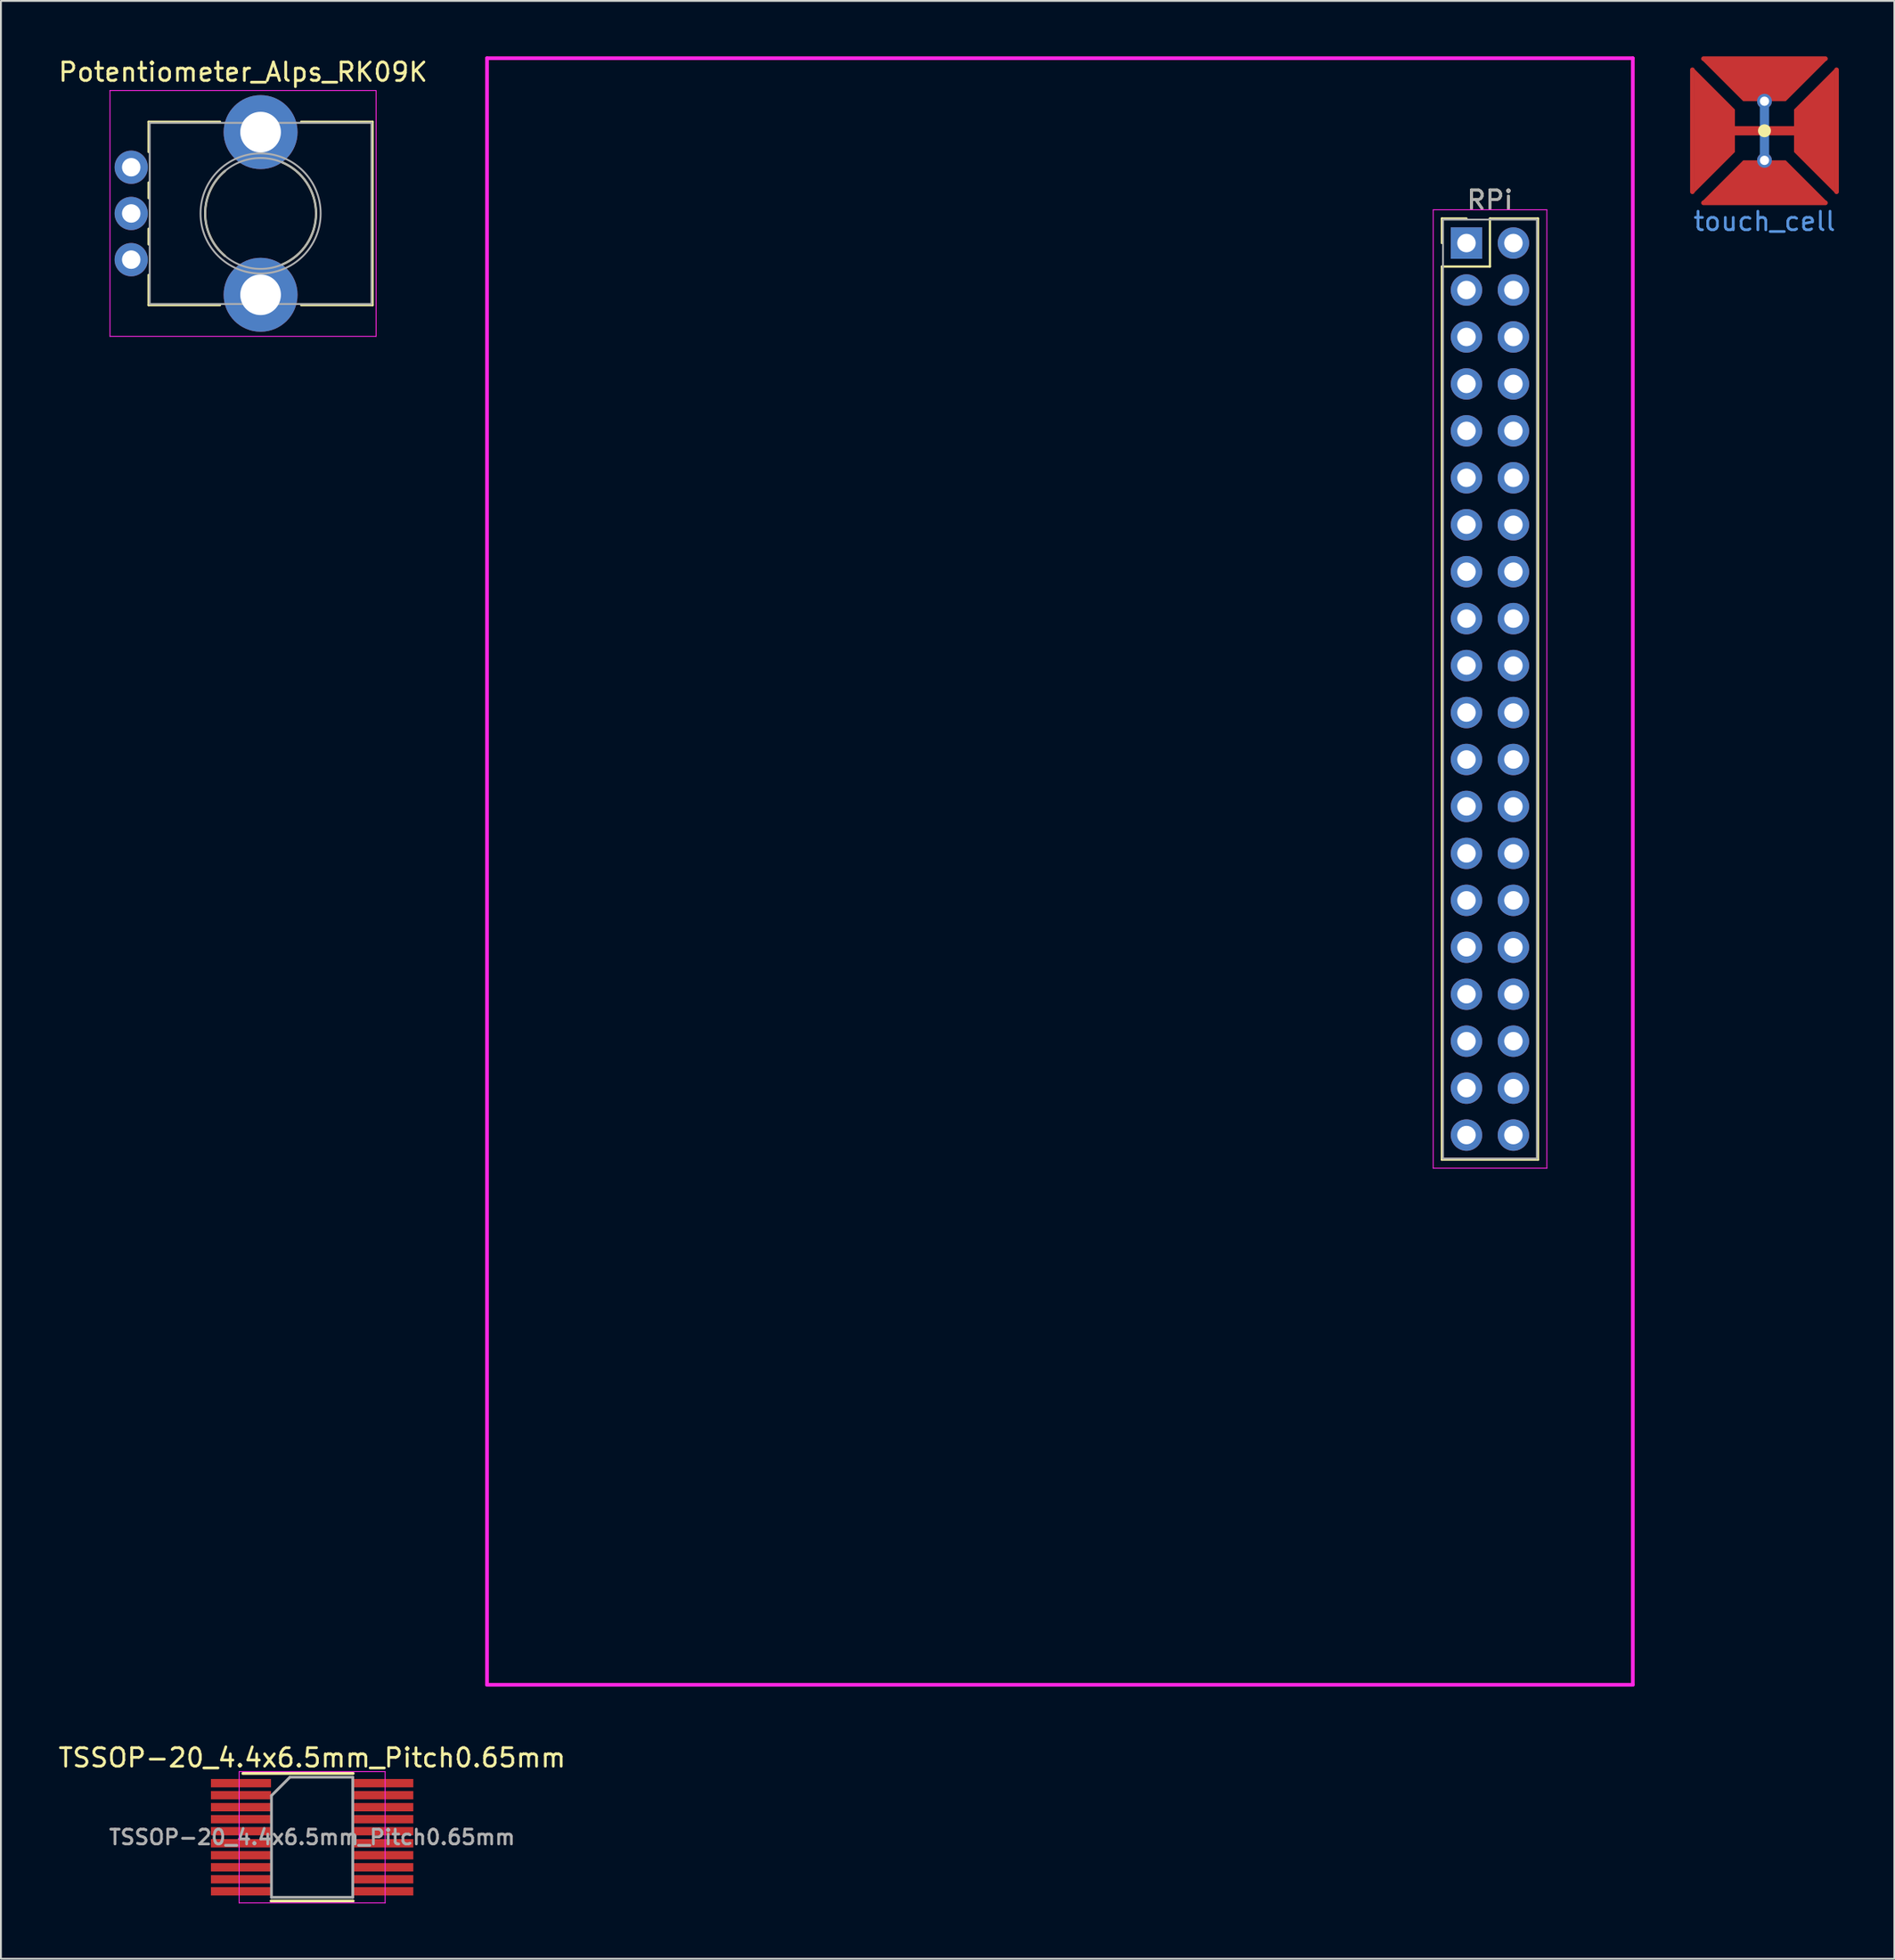
<source format=kicad_pcb>
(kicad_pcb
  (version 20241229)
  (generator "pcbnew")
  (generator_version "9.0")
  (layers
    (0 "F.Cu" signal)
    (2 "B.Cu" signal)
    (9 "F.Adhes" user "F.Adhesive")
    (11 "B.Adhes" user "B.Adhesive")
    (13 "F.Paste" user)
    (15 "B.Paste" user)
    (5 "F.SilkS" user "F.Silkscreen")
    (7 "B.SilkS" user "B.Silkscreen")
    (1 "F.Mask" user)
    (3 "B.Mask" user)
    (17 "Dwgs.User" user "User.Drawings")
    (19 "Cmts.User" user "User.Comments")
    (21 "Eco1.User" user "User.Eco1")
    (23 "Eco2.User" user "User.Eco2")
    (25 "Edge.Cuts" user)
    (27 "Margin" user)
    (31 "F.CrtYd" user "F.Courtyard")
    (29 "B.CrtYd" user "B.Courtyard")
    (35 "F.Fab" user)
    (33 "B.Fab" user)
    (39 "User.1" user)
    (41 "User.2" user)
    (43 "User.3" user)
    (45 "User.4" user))
  (footprint "touch_cell"
    (layer "F.Cu")
    (at 92.427 4.025)
    (property "Reference" "touch_cell" (at 0 4.9 0) (layer "Cmts.User") (effects (font (size 1 1) (thickness 0.15))))
    (attr through_hole)
    (fp_line (start -3.9 -3.3) (end -3.9 3.3) (stroke (width 0.25) (type solid)) (layer "F.Cu"))
    (fp_line (start -3.3 -3.9) (end 3.3 -3.9) (stroke (width 0.25) (type solid)) (layer "F.Cu"))
    (fp_line (start -3.3 3.9) (end 3.3 3.9) (stroke (width 0.25) (type solid)) (layer "F.Cu"))
    (fp_line (start -1.7 0) (end 1.7 0) (stroke (width 0.5) (type solid)) (layer "F.Cu"))
    (fp_line (start 3.9 -3.3) (end 3.9 3.3) (stroke (width 0.25) (type solid)) (layer "F.Cu"))
    (fp_line (start 0 -1.6) (end 0 1.6) (stroke (width 0.5) (type solid)) (layer "B.Cu"))
    (fp_circle (center 0 0) (end 0.175 0) (stroke (width 0.35) (type solid)) (fill no) (layer "F.SilkS"))
    (pad "1" thru_hole circle (at 0 1.6) (size 0.8 0.8) (drill 0.5) (layers "*.Cu"))
    (pad "1" smd trapezoid (at 0 2.7) (size 4.5 2.2) (rect_delta 0 2.2) (layers "F.Cu" "F.Paste"))
    (pad "2" smd trapezoid (at -2.7 0 270) (size 4.5 2.2) (rect_delta 0 2.2) (layers "F.Cu" "F.Paste"))
    (pad "3" smd trapezoid (at 0 -2.7 180) (size 4.5 2.2) (rect_delta 0 2.2) (layers "F.Cu" "F.Paste"))
    (pad "3" thru_hole circle (at 0 -1.6) (size 0.8 0.8) (drill 0.5) (layers "*.Cu"))
    (pad "4" smd trapezoid (at 2.7 0 90) (size 4.5 2.2) (rect_delta 0 2.2) (layers "F.Cu" "F.Paste")))
  (footprint "Potentiometer_Alps_RK09K"
    (layer "F.Cu")
    (at 4.051 10.998)
    (property "Reference" "Potentiometer_Alps_RK09K" (at 6.05 -10.15 0) (layer "F.SilkS") (effects (font (size 1 1) (thickness 0.15))))
    (attr through_hole)
    (fp_line (start 0.94 -7.461) (end 0.94 -5.825) (stroke (width 0.12) (type solid)) (layer "F.SilkS"))
    (fp_line (start 0.94 -7.461) (end 4.806 -7.461) (stroke (width 0.12) (type solid)) (layer "F.SilkS"))
    (fp_line (start 0.94 -4.175) (end 0.94 -3.325) (stroke (width 0.12) (type solid)) (layer "F.SilkS"))
    (fp_line (start 0.94 -1.675) (end 0.94 -0.825) (stroke (width 0.12) (type solid)) (layer "F.SilkS"))
    (fp_line (start 0.94 0.825) (end 0.94 2.46) (stroke (width 0.12) (type solid)) (layer "F.SilkS"))
    (fp_line (start 0.94 2.46) (end 4.806 2.46) (stroke (width 0.12) (type solid)) (layer "F.SilkS"))
    (fp_line (start 9.195 -7.461) (end 13.06 -7.461) (stroke (width 0.12) (type solid)) (layer "F.SilkS"))
    (fp_line (start 9.195 2.46) (end 13.06 2.46) (stroke (width 0.12) (type solid)) (layer "F.SilkS"))
    (fp_line (start 13.06 -7.461) (end 13.06 2.46) (stroke (width 0.12) (type solid)) (layer "F.SilkS"))
    (fp_arc (start 5.071705 -0.202247) (mid 4.000335 -2.500192) (end 5.072 -4.798) (stroke (width 0.12) (type solid)) (layer "F.SilkS"))
    (fp_arc (start 8.171982 -5.262432) (mid 10.000762 -2.500553) (end 8.173 0.262) (stroke (width 0.12) (type solid)) (layer "F.SilkS"))
    (fp_line (start -1.15 -9.15) (end -1.15 4.15) (stroke (width 0.05) (type solid)) (layer "F.CrtYd"))
    (fp_line (start -1.15 4.15) (end 13.25 4.15) (stroke (width 0.05) (type solid)) (layer "F.CrtYd"))
    (fp_line (start 13.25 -9.15) (end -1.15 -9.15) (stroke (width 0.05) (type solid)) (layer "F.CrtYd"))
    (fp_line (start 13.25 4.15) (end 13.25 -9.15) (stroke (width 0.05) (type solid)) (layer "F.CrtYd"))
    (fp_line (start 1 -7.4) (end 1 2.4) (stroke (width 0.1) (type solid)) (layer "F.Fab"))
    (fp_line (start 1 2.4) (end 13 2.4) (stroke (width 0.1) (type solid)) (layer "F.Fab"))
    (fp_line (start 13 -7.4) (end 1 -7.4) (stroke (width 0.1) (type solid)) (layer "F.Fab"))
    (fp_line (start 13 2.4) (end 13 -7.4) (stroke (width 0.1) (type solid)) (layer "F.Fab"))
    (fp_circle (center 7 -2.5) (end 10 -2.5) (stroke (width 0.1) (type solid)) (fill no) (layer "F.Fab"))
    (fp_circle (center 7 -2.5) (end 10.25 -2.5) (stroke (width 0.1) (type solid)) (fill no) (layer "F.Fab"))
    (pad "" np_thru_hole circle (at 7 -6.9) (size 4 4) (drill 2.2) (layers "*.Cu" "*.Mask"))
    (pad "" np_thru_hole circle (at 7 1.9) (size 4 4) (drill 2.2) (layers "*.Cu" "*.Mask"))
    (pad "1" thru_hole circle (at 0 0) (size 1.8 1.8) (drill 1) (layers "*.Cu" "*.Mask"))
    (pad "2" thru_hole circle (at 0 -2.5) (size 1.8 1.8) (drill 1) (layers "*.Cu" "*.Mask"))
    (pad "3" thru_hole circle (at 0 -5) (size 1.8 1.8) (drill 1) (layers "*.Cu" "*.Mask")))
  (footprint "RPi"
    (layer "F.Cu")
    (at 76.302 10.1)
    (property "Reference" "RPi" (at 1.27 -2.33 0) (layer "F.SilkS") (effects (font (size 1 1) (thickness 0.15))))
    (attr through_hole)
    (fp_line (start -1.33 -1.33) (end 0 -1.33) (stroke (width 0.12) (type solid)) (layer "F.SilkS"))
    (fp_line (start -1.33 0) (end -1.33 -1.33) (stroke (width 0.12) (type solid)) (layer "F.SilkS"))
    (fp_line (start -1.33 1.27) (end -1.33 49.59) (stroke (width 0.12) (type solid)) (layer "F.SilkS"))
    (fp_line (start -1.33 49.59) (end 3.87 49.59) (stroke (width 0.12) (type solid)) (layer "F.SilkS"))
    (fp_line (start 1.27 -1.33) (end 1.27 1.27) (stroke (width 0.12) (type solid)) (layer "F.SilkS"))
    (fp_line (start 1.27 1.27) (end -1.33 1.27) (stroke (width 0.12) (type solid)) (layer "F.SilkS"))
    (fp_line (start 3.87 -1.33) (end 1.27 -1.33) (stroke (width 0.12) (type solid)) (layer "F.SilkS"))
    (fp_line (start 3.87 49.59) (end 3.87 -1.33) (stroke (width 0.12) (type solid)) (layer "F.SilkS"))
    (fp_line (start -53 -10) (end -53 78) (stroke (width 0.2) (type solid)) (layer "F.CrtYd"))
    (fp_line (start -53 -10) (end 9 -10) (stroke (width 0.2) (type solid)) (layer "F.CrtYd"))
    (fp_line (start -1.8 -1.8) (end -1.8 50.05) (stroke (width 0.05) (type solid)) (layer "F.CrtYd"))
    (fp_line (start -1.8 50.05) (end 4.35 50.05) (stroke (width 0.05) (type solid)) (layer "F.CrtYd"))
    (fp_line (start 4.35 -1.8) (end -1.8 -1.8) (stroke (width 0.05) (type solid)) (layer "F.CrtYd"))
    (fp_line (start 4.35 50.05) (end 4.35 -1.8) (stroke (width 0.05) (type solid)) (layer "F.CrtYd"))
    (fp_line (start 9 -10) (end 9 78) (stroke (width 0.2) (type solid)) (layer "F.CrtYd"))
    (fp_line (start 9 78) (end -53 78) (stroke (width 0.2) (type solid)) (layer "F.CrtYd"))
    (fp_line (start -1.27 -1.27) (end -1.27 49.53) (stroke (width 0.1) (type solid)) (layer "F.Fab"))
    (fp_line (start -1.27 49.53) (end 3.81 49.53) (stroke (width 0.1) (type solid)) (layer "F.Fab"))
    (fp_line (start 3.81 -1.27) (end -1.27 -1.27) (stroke (width 0.1) (type solid)) (layer "F.Fab"))
    (fp_line (start 3.81 49.53) (end 3.81 -1.27) (stroke (width 0.1) (type solid)) (layer "F.Fab"))
    (fp_text user "${REFERENCE}" (at 1.27 -2.33 0) (layer "F.Fab") (effects (font (size 1 1) (thickness 0.15))))
    (pad "1" thru_hole rect (at 0 0) (size 1.7 1.7) (drill 1) (layers "*.Cu" "*.Mask"))
    (pad "2" thru_hole oval (at 2.54 0) (size 1.7 1.7) (drill 1) (layers "*.Cu" "*.Mask"))
    (pad "3" thru_hole oval (at 0 2.54) (size 1.7 1.7) (drill 1) (layers "*.Cu" "*.Mask"))
    (pad "4" thru_hole oval (at 2.54 2.54) (size 1.7 1.7) (drill 1) (layers "*.Cu" "*.Mask"))
    (pad "5" thru_hole oval (at 0 5.08) (size 1.7 1.7) (drill 1) (layers "*.Cu" "*.Mask"))
    (pad "6" thru_hole oval (at 2.54 5.08) (size 1.7 1.7) (drill 1) (layers "*.Cu" "*.Mask"))
    (pad "7" thru_hole oval (at 0 7.62) (size 1.7 1.7) (drill 1) (layers "*.Cu" "*.Mask"))
    (pad "8" thru_hole oval (at 2.54 7.62) (size 1.7 1.7) (drill 1) (layers "*.Cu" "*.Mask"))
    (pad "9" thru_hole oval (at 0 10.16) (size 1.7 1.7) (drill 1) (layers "*.Cu" "*.Mask"))
    (pad "10" thru_hole oval (at 2.54 10.16) (size 1.7 1.7) (drill 1) (layers "*.Cu" "*.Mask"))
    (pad "11" thru_hole oval (at 0 12.7) (size 1.7 1.7) (drill 1) (layers "*.Cu" "*.Mask"))
    (pad "12" thru_hole oval (at 2.54 12.7) (size 1.7 1.7) (drill 1) (layers "*.Cu" "*.Mask"))
    (pad "13" thru_hole oval (at 0 15.24) (size 1.7 1.7) (drill 1) (layers "*.Cu" "*.Mask"))
    (pad "14" thru_hole oval (at 2.54 15.24) (size 1.7 1.7) (drill 1) (layers "*.Cu" "*.Mask"))
    (pad "15" thru_hole oval (at 0 17.78) (size 1.7 1.7) (drill 1) (layers "*.Cu" "*.Mask"))
    (pad "16" thru_hole oval (at 2.54 17.78) (size 1.7 1.7) (drill 1) (layers "*.Cu" "*.Mask"))
    (pad "17" thru_hole oval (at 0 20.32) (size 1.7 1.7) (drill 1) (layers "*.Cu" "*.Mask"))
    (pad "18" thru_hole oval (at 2.54 20.32) (size 1.7 1.7) (drill 1) (layers "*.Cu" "*.Mask"))
    (pad "19" thru_hole oval (at 0 22.86) (size 1.7 1.7) (drill 1) (layers "*.Cu" "*.Mask"))
    (pad "20" thru_hole oval (at 2.54 22.86) (size 1.7 1.7) (drill 1) (layers "*.Cu" "*.Mask"))
    (pad "21" thru_hole oval (at 0 25.4) (size 1.7 1.7) (drill 1) (layers "*.Cu" "*.Mask"))
    (pad "22" thru_hole oval (at 2.54 25.4) (size 1.7 1.7) (drill 1) (layers "*.Cu" "*.Mask"))
    (pad "23" thru_hole oval (at 0 27.94) (size 1.7 1.7) (drill 1) (layers "*.Cu" "*.Mask"))
    (pad "24" thru_hole oval (at 2.54 27.94) (size 1.7 1.7) (drill 1) (layers "*.Cu" "*.Mask"))
    (pad "25" thru_hole oval (at 0 30.48) (size 1.7 1.7) (drill 1) (layers "*.Cu" "*.Mask"))
    (pad "26" thru_hole oval (at 2.54 30.48) (size 1.7 1.7) (drill 1) (layers "*.Cu" "*.Mask"))
    (pad "27" thru_hole oval (at 0 33.02) (size 1.7 1.7) (drill 1) (layers "*.Cu" "*.Mask"))
    (pad "28" thru_hole oval (at 2.54 33.02) (size 1.7 1.7) (drill 1) (layers "*.Cu" "*.Mask"))
    (pad "29" thru_hole oval (at 0 35.56) (size 1.7 1.7) (drill 1) (layers "*.Cu" "*.Mask"))
    (pad "30" thru_hole oval (at 2.54 35.56) (size 1.7 1.7) (drill 1) (layers "*.Cu" "*.Mask"))
    (pad "31" thru_hole oval (at 0 38.1) (size 1.7 1.7) (drill 1) (layers "*.Cu" "*.Mask"))
    (pad "32" thru_hole oval (at 2.54 38.1) (size 1.7 1.7) (drill 1) (layers "*.Cu" "*.Mask"))
    (pad "33" thru_hole oval (at 0 40.64) (size 1.7 1.7) (drill 1) (layers "*.Cu" "*.Mask"))
    (pad "34" thru_hole oval (at 2.54 40.64) (size 1.7 1.7) (drill 1) (layers "*.Cu" "*.Mask"))
    (pad "35" thru_hole oval (at 0 43.18) (size 1.7 1.7) (drill 1) (layers "*.Cu" "*.Mask"))
    (pad "36" thru_hole oval (at 2.54 43.18) (size 1.7 1.7) (drill 1) (layers "*.Cu" "*.Mask"))
    (pad "37" thru_hole oval (at 0 45.72) (size 1.7 1.7) (drill 1) (layers "*.Cu" "*.Mask"))
    (pad "38" thru_hole oval (at 2.54 45.72) (size 1.7 1.7) (drill 1) (layers "*.Cu" "*.Mask"))
    (pad "39" thru_hole oval (at 0 48.26) (size 1.7 1.7) (drill 1) (layers "*.Cu" "*.Mask"))
    (pad "40" thru_hole oval (at 2.54 48.26) (size 1.7 1.7) (drill 1) (layers "*.Cu" "*.Mask")))
  (footprint "TSSOP-20_4.4x6.5mm_Pitch0.65mm"
    (layer "F.Cu")
    (at 13.839 96.348)
    (property "Reference" "TSSOP-20_4.4x6.5mm_Pitch0.65mm" (at 0 -4.3 0) (layer "F.SilkS") (effects (font (size 1 1) (thickness 0.15))))
    (attr smd)
    (fp_line (start -3.75 -3.45) (end 2.225 -3.45) (stroke (width 0.15) (type solid)) (layer "F.SilkS"))
    (fp_line (start -2.225 3.45) (end 2.225 3.45) (stroke (width 0.15) (type solid)) (layer "F.SilkS"))
    (fp_line (start -3.95 -3.55) (end -3.95 3.55) (stroke (width 0.05) (type solid)) (layer "F.CrtYd"))
    (fp_line (start -3.95 -3.55) (end 3.95 -3.55) (stroke (width 0.05) (type solid)) (layer "F.CrtYd"))
    (fp_line (start -3.95 3.55) (end 3.95 3.55) (stroke (width 0.05) (type solid)) (layer "F.CrtYd"))
    (fp_line (start 3.95 -3.55) (end 3.95 3.55) (stroke (width 0.05) (type solid)) (layer "F.CrtYd"))
    (fp_line (start -2.2 -2.25) (end -1.2 -3.25) (stroke (width 0.15) (type solid)) (layer "F.Fab"))
    (fp_line (start -2.2 3.25) (end -2.2 -2.25) (stroke (width 0.15) (type solid)) (layer "F.Fab"))
    (fp_line (start -1.2 -3.25) (end 2.2 -3.25) (stroke (width 0.15) (type solid)) (layer "F.Fab"))
    (fp_line (start 2.2 -3.25) (end 2.2 3.25) (stroke (width 0.15) (type solid)) (layer "F.Fab"))
    (fp_line (start 2.2 3.25) (end -2.2 3.25) (stroke (width 0.15) (type solid)) (layer "F.Fab"))
    (fp_text user "${REFERENCE}" (at 0 0 0) (layer "F.Fab") (effects (font (size 0.8 0.8) (thickness 0.15))))
    (pad "1" smd rect (at -3.85 -2.925) (size 3.25 0.45) (layers "F.Cu" "F.Mask" "F.Paste"))
    (pad "2" smd rect (at -3.85 -2.275) (size 3.25 0.45) (layers "F.Cu" "F.Mask" "F.Paste"))
    (pad "3" smd rect (at -3.85 -1.625) (size 3.25 0.45) (layers "F.Cu" "F.Mask" "F.Paste"))
    (pad "4" smd rect (at -3.85 -0.975) (size 3.25 0.45) (layers "F.Cu" "F.Mask" "F.Paste"))
    (pad "5" smd rect (at -3.85 -0.325) (size 3.25 0.45) (layers "F.Cu" "F.Mask" "F.Paste"))
    (pad "6" smd rect (at -3.85 0.325) (size 3.25 0.45) (layers "F.Cu" "F.Mask" "F.Paste"))
    (pad "7" smd rect (at -3.85 0.975) (size 3.25 0.45) (layers "F.Cu" "F.Mask" "F.Paste"))
    (pad "8" smd rect (at -3.85 1.625) (size 3.25 0.45) (layers "F.Cu" "F.Mask" "F.Paste"))
    (pad "9" smd rect (at -3.85 2.275) (size 3.25 0.45) (layers "F.Cu" "F.Mask" "F.Paste"))
    (pad "10" smd rect (at -3.85 2.925) (size 3.25 0.45) (layers "F.Cu" "F.Mask" "F.Paste"))
    (pad "11" smd rect (at 3.85 2.925) (size 3.25 0.45) (layers "F.Cu" "F.Mask" "F.Paste"))
    (pad "12" smd rect (at 3.85 2.275) (size 3.25 0.45) (layers "F.Cu" "F.Mask" "F.Paste"))
    (pad "13" smd rect (at 3.85 1.625) (size 3.25 0.45) (layers "F.Cu" "F.Mask" "F.Paste"))
    (pad "14" smd rect (at 3.85 0.975) (size 3.25 0.45) (layers "F.Cu" "F.Mask" "F.Paste"))
    (pad "15" smd rect (at 3.85 0.325) (size 3.25 0.45) (layers "F.Cu" "F.Mask" "F.Paste"))
    (pad "16" smd rect (at 3.85 -0.325) (size 3.25 0.45) (layers "F.Cu" "F.Mask" "F.Paste"))
    (pad "17" smd rect (at 3.85 -0.975) (size 3.25 0.45) (layers "F.Cu" "F.Mask" "F.Paste"))
    (pad "18" smd rect (at 3.85 -1.625) (size 3.25 0.45) (layers "F.Cu" "F.Mask" "F.Paste"))
    (pad "19" smd rect (at 3.85 -2.275) (size 3.25 0.45) (layers "F.Cu" "F.Mask" "F.Paste"))
    (pad "20" smd rect (at 3.85 -2.925) (size 3.25 0.45) (layers "F.Cu" "F.Mask" "F.Paste")))
  (gr_rect
    (start -3 -3)
    (end 99.452 102.923)
    (stroke (width 0.1) (type default))
    (fill no)
    (layer "Edge.Cuts")))
</source>
